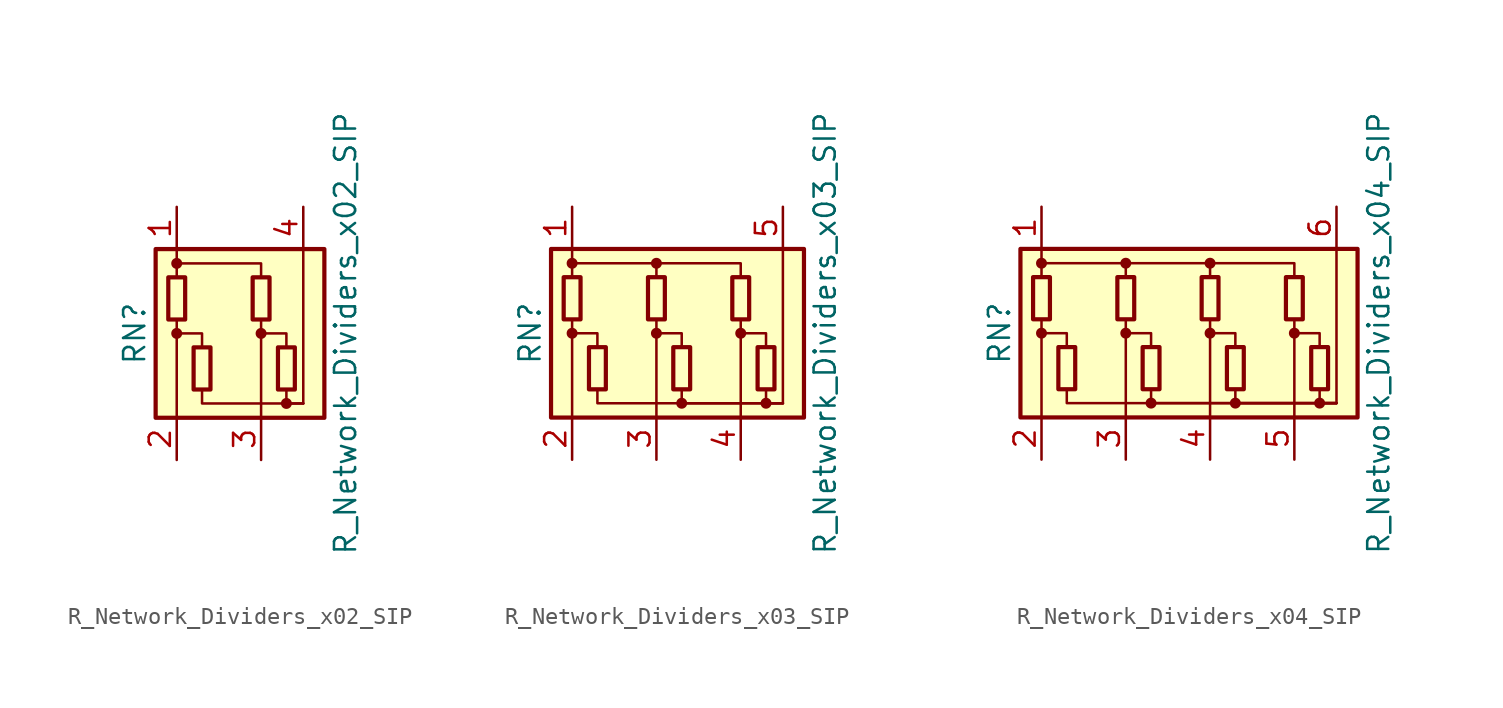
<source format=kicad_sym>
(kicad_symbol_lib
  (version 20241209)
  (generator "kicad_symbol_editor")
  (generator_version "9.0")
  (symbol "R_Network_Dividers_x02_SIP"
    (pin_names
      (offset 0)
      (hide yes))
    (property "Reference" "RN"
      (at -7.62 0 90)
      (effects (font (size 1.27 1.27))))
    (property "Value" "R_Network_Dividers_x02_SIP"
      (at 5.08 0 90)
      (effects (font (size 1.27 1.27))))
    (symbol "R_Network_Dividers_x02_SIP_0_1"
      (rectangle (start -6.35 -5.08) (end 3.81 5.08) (stroke (width 0.254) (type default)) (fill (type background)))
      (rectangle (start -5.588 3.378) (end -4.572 0.838) (stroke (width 0.254) (type default)) (fill (type none)))
      (polyline (pts (xy -5.08 5.08) (xy -5.08 3.378)) (stroke (width 0) (type default)) (fill (type none)))
      (circle (center -5.08 4.216) (radius 0.254) (stroke (width 0) (type default)) (fill (type outline)))
      (polyline (pts (xy -5.08 4.216) (xy 0 4.216) (xy 0 3.378)) (stroke (width 0) (type default)) (fill (type none)))
      (circle (center -5.08 0) (radius 0.254) (stroke (width 0) (type default)) (fill (type outline)))
      (polyline (pts (xy -5.08 0) (xy -3.556 0) (xy -3.556 -0.838)) (stroke (width 0) (type default)) (fill (type none)))
      (polyline (pts (xy -5.08 -5.08) (xy -5.08 0.838)) (stroke (width 0) (type default)) (fill (type none)))
      (rectangle (start -4.064 -3.378) (end -3.048 -0.838) (stroke (width 0.254) (type default)) (fill (type none)))
      (polyline (pts (xy -3.556 -3.378) (xy -3.556 -4.216) (xy 2.54 -4.216)) (stroke (width 0) (type default)) (fill (type none)))
      (rectangle (start -0.508 3.378) (end 0.508 0.838) (stroke (width 0.254) (type default)) (fill (type none)))
      (polyline (pts (xy 0 0) (xy 1.524 0) (xy 1.524 -0.838)) (stroke (width 0) (type default)) (fill (type none)))
      (circle (center 0 0) (radius 0.254) (stroke (width 0) (type default)) (fill (type outline)))
      (polyline (pts (xy 0 -5.08) (xy 0 0.838)) (stroke (width 0) (type default)) (fill (type none)))
      (rectangle (start 1.016 -3.378) (end 2.032 -0.838) (stroke (width 0.254) (type default)) (fill (type none)))
      (polyline (pts (xy 1.524 -3.378) (xy 1.524 -4.216) (xy 2.54 -4.216)) (stroke (width 0) (type default)) (fill (type none)))
      (circle (center 1.524 -4.216) (radius 0.254) (stroke (width 0) (type default)) (fill (type outline)))
      (polyline (pts (xy 2.54 -4.216) (xy 2.54 5.08)) (stroke (width 0) (type default)) (fill (type none))))
    (symbol "R_Network_Dividers_x02_SIP_1_1"
      (pin passive line (at -5.08 7.62 270) (length 2.54) (name "COM1" (effects (font (size 1.27 1.27)))) (number "1" (effects (font (size 1.27 1.27)))))
      (pin passive line (at -5.08 -7.62 90) (length 2.54) (name "R1" (effects (font (size 1.27 1.27)))) (number "2" (effects (font (size 1.27 1.27)))))
      (pin passive line (at 0 -7.62 90) (length 2.54) (name "R2" (effects (font (size 1.27 1.27)))) (number "3" (effects (font (size 1.27 1.27)))))
      (pin passive line (at 2.54 7.62 270) (length 2.54) (name "COM2" (effects (font (size 1.27 1.27)))) (number "4" (effects (font (size 1.27 1.27)))))))
  (symbol "R_Network_Dividers_x03_SIP"
    (pin_names
      (offset 0)
      (hide yes))
    (property "Reference" "RN"
      (at -7.62 0 90)
      (effects (font (size 1.27 1.27))))
    (property "Value" "R_Network_Dividers_x03_SIP"
      (at 10.16 0 90)
      (effects (font (size 1.27 1.27))))
    (symbol "R_Network_Dividers_x03_SIP_0_1"
      (rectangle (start -6.35 -5.08) (end 8.89 5.08) (stroke (width 0.254) (type default)) (fill (type background)))
      (rectangle (start -5.588 3.378) (end -4.572 0.838) (stroke (width 0.254) (type default)) (fill (type none)))
      (polyline (pts (xy -5.08 5.08) (xy -5.08 3.378)) (stroke (width 0) (type default)) (fill (type none)))
      (circle (center -5.08 4.216) (radius 0.254) (stroke (width 0) (type default)) (fill (type outline)))
      (polyline (pts (xy -5.08 4.216) (xy 0 4.216) (xy 0 3.378)) (stroke (width 0) (type default)) (fill (type none)))
      (circle (center -5.08 0) (radius 0.254) (stroke (width 0) (type default)) (fill (type outline)))
      (polyline (pts (xy -5.08 0) (xy -3.556 0) (xy -3.556 -0.838)) (stroke (width 0) (type default)) (fill (type none)))
      (polyline (pts (xy -5.08 -5.08) (xy -5.08 0.838)) (stroke (width 0) (type default)) (fill (type none)))
      (rectangle (start -4.064 -3.378) (end -3.048 -0.838) (stroke (width 0.254) (type default)) (fill (type none)))
      (polyline (pts (xy -3.556 -3.378) (xy -3.556 -4.216) (xy 7.62 -4.216)) (stroke (width 0) (type default)) (fill (type none)))
      (rectangle (start -0.508 3.378) (end 0.508 0.838) (stroke (width 0.254) (type default)) (fill (type none)))
      (circle (center 0 4.216) (radius 0.254) (stroke (width 0) (type default)) (fill (type outline)))
      (polyline (pts (xy 0 4.216) (xy 5.08 4.216) (xy 5.08 3.378)) (stroke (width 0) (type default)) (fill (type none)))
      (polyline (pts (xy 0 0) (xy 1.524 0) (xy 1.524 -0.838)) (stroke (width 0) (type default)) (fill (type none)))
      (circle (center 0 0) (radius 0.254) (stroke (width 0) (type default)) (fill (type outline)))
      (polyline (pts (xy 0 -5.08) (xy 0 0.838)) (stroke (width 0) (type default)) (fill (type none)))
      (rectangle (start 1.016 -3.378) (end 2.032 -0.838) (stroke (width 0.254) (type default)) (fill (type none)))
      (polyline (pts (xy 1.524 -3.378) (xy 1.524 -4.216) (xy 7.62 -4.216)) (stroke (width 0) (type default)) (fill (type none)))
      (circle (center 1.524 -4.216) (radius 0.254) (stroke (width 0) (type default)) (fill (type outline)))
      (rectangle (start 4.572 3.378) (end 5.588 0.838) (stroke (width 0.254) (type default)) (fill (type none)))
      (polyline (pts (xy 5.08 0) (xy 6.604 0) (xy 6.604 -0.838)) (stroke (width 0) (type default)) (fill (type none)))
      (circle (center 5.08 0) (radius 0.254) (stroke (width 0) (type default)) (fill (type outline)))
      (polyline (pts (xy 5.08 -5.08) (xy 5.08 0.838)) (stroke (width 0) (type default)) (fill (type none)))
      (rectangle (start 6.096 -3.378) (end 7.112 -0.838) (stroke (width 0.254) (type default)) (fill (type none)))
      (polyline (pts (xy 6.604 -3.378) (xy 6.604 -4.216) (xy 7.62 -4.216)) (stroke (width 0) (type default)) (fill (type none)))
      (circle (center 6.604 -4.216) (radius 0.254) (stroke (width 0) (type default)) (fill (type outline)))
      (polyline (pts (xy 7.62 -4.216) (xy 7.62 5.08)) (stroke (width 0) (type default)) (fill (type none))))
    (symbol "R_Network_Dividers_x03_SIP_1_1"
      (pin passive line (at -5.08 7.62 270) (length 2.54) (name "COM1" (effects (font (size 1.27 1.27)))) (number "1" (effects (font (size 1.27 1.27)))))
      (pin passive line (at -5.08 -7.62 90) (length 2.54) (name "R1" (effects (font (size 1.27 1.27)))) (number "2" (effects (font (size 1.27 1.27)))))
      (pin passive line (at 0 -7.62 90) (length 2.54) (name "R2" (effects (font (size 1.27 1.27)))) (number "3" (effects (font (size 1.27 1.27)))))
      (pin passive line (at 5.08 -7.62 90) (length 2.54) (name "R3" (effects (font (size 1.27 1.27)))) (number "4" (effects (font (size 1.27 1.27)))))
      (pin passive line (at 7.62 7.62 270) (length 2.54) (name "COM2" (effects (font (size 1.27 1.27)))) (number "5" (effects (font (size 1.27 1.27)))))))
  (symbol "R_Network_Dividers_x04_SIP"
    (pin_names
      (offset 0)
      (hide yes))
    (property "Reference" "RN"
      (at -12.7 0 90)
      (effects (font (size 1.27 1.27))))
    (property "Value" "R_Network_Dividers_x04_SIP"
      (at 10.16 0 90)
      (effects (font (size 1.27 1.27))))
    (symbol "R_Network_Dividers_x04_SIP_0_1"
      (rectangle (start -11.43 -5.08) (end 8.89 5.08) (stroke (width 0.254) (type default)) (fill (type background)))
      (rectangle (start -10.668 3.378) (end -9.652 0.838) (stroke (width 0.254) (type default)) (fill (type none)))
      (polyline (pts (xy -10.16 5.08) (xy -10.16 3.378)) (stroke (width 0) (type default)) (fill (type none)))
      (circle (center -10.16 4.216) (radius 0.254) (stroke (width 0) (type default)) (fill (type outline)))
      (polyline (pts (xy -10.16 4.216) (xy -5.08 4.216) (xy -5.08 3.378)) (stroke (width 0) (type default)) (fill (type none)))
      (circle (center -10.16 0) (radius 0.254) (stroke (width 0) (type default)) (fill (type outline)))
      (polyline (pts (xy -10.16 0) (xy -8.636 0) (xy -8.636 -0.838)) (stroke (width 0) (type default)) (fill (type none)))
      (polyline (pts (xy -10.16 -5.08) (xy -10.16 0.838)) (stroke (width 0) (type default)) (fill (type none)))
      (rectangle (start -9.144 -3.378) (end -8.128 -0.838) (stroke (width 0.254) (type default)) (fill (type none)))
      (polyline (pts (xy -8.636 -3.378) (xy -8.636 -4.216) (xy 7.62 -4.216)) (stroke (width 0) (type default)) (fill (type none)))
      (rectangle (start -5.588 3.378) (end -4.572 0.838) (stroke (width 0.254) (type default)) (fill (type none)))
      (circle (center -5.08 4.216) (radius 0.254) (stroke (width 0) (type default)) (fill (type outline)))
      (polyline (pts (xy -5.08 4.216) (xy 0 4.216) (xy 0 3.378)) (stroke (width 0) (type default)) (fill (type none)))
      (circle (center -5.08 0) (radius 0.254) (stroke (width 0) (type default)) (fill (type outline)))
      (polyline (pts (xy -5.08 0) (xy -3.556 0) (xy -3.556 -0.838)) (stroke (width 0) (type default)) (fill (type none)))
      (polyline (pts (xy -5.08 -5.08) (xy -5.08 0.838)) (stroke (width 0) (type default)) (fill (type none)))
      (rectangle (start -4.064 -3.378) (end -3.048 -0.838) (stroke (width 0.254) (type default)) (fill (type none)))
      (polyline (pts (xy -3.556 -3.378) (xy -3.556 -4.216) (xy 7.62 -4.216)) (stroke (width 0) (type default)) (fill (type none)))
      (circle (center -3.556 -4.216) (radius 0.254) (stroke (width 0) (type default)) (fill (type outline)))
      (rectangle (start -0.508 3.378) (end 0.508 0.838) (stroke (width 0.254) (type default)) (fill (type none)))
      (circle (center 0 4.216) (radius 0.254) (stroke (width 0) (type default)) (fill (type outline)))
      (polyline (pts (xy 0 4.216) (xy 5.08 4.216) (xy 5.08 3.378)) (stroke (width 0) (type default)) (fill (type none)))
      (polyline (pts (xy 0 0) (xy 1.524 0) (xy 1.524 -0.838)) (stroke (width 0) (type default)) (fill (type none)))
      (circle (center 0 0) (radius 0.254) (stroke (width 0) (type default)) (fill (type outline)))
      (polyline (pts (xy 0 -5.08) (xy 0 0.838)) (stroke (width 0) (type default)) (fill (type none)))
      (rectangle (start 1.016 -3.378) (end 2.032 -0.838) (stroke (width 0.254) (type default)) (fill (type none)))
      (polyline (pts (xy 1.524 -3.378) (xy 1.524 -4.216) (xy 7.62 -4.216)) (stroke (width 0) (type default)) (fill (type none)))
      (circle (center 1.524 -4.216) (radius 0.254) (stroke (width 0) (type default)) (fill (type outline)))
      (rectangle (start 4.572 3.378) (end 5.588 0.838) (stroke (width 0.254) (type default)) (fill (type none)))
      (polyline (pts (xy 5.08 0) (xy 6.604 0) (xy 6.604 -0.838)) (stroke (width 0) (type default)) (fill (type none)))
      (circle (center 5.08 0) (radius 0.254) (stroke (width 0) (type default)) (fill (type outline)))
      (polyline (pts (xy 5.08 -5.08) (xy 5.08 0.838)) (stroke (width 0) (type default)) (fill (type none)))
      (rectangle (start 6.096 -3.378) (end 7.112 -0.838) (stroke (width 0.254) (type default)) (fill (type none)))
      (polyline (pts (xy 6.604 -3.378) (xy 6.604 -4.216) (xy 7.62 -4.216)) (stroke (width 0) (type default)) (fill (type none)))
      (circle (center 6.604 -4.216) (radius 0.254) (stroke (width 0) (type default)) (fill (type outline)))
      (polyline (pts (xy 7.62 -4.216) (xy 7.62 5.08)) (stroke (width 0) (type default)) (fill (type none))))
    (symbol "R_Network_Dividers_x04_SIP_1_1"
      (pin passive line (at -10.16 7.62 270) (length 2.54) (name "COM1" (effects (font (size 1.27 1.27)))) (number "1" (effects (font (size 1.27 1.27)))))
      (pin passive line (at -10.16 -7.62 90) (length 2.54) (name "R1" (effects (font (size 1.27 1.27)))) (number "2" (effects (font (size 1.27 1.27)))))
      (pin passive line (at -5.08 -7.62 90) (length 2.54) (name "R2" (effects (font (size 1.27 1.27)))) (number "3" (effects (font (size 1.27 1.27)))))
      (pin passive line (at 0 -7.62 90) (length 2.54) (name "R3" (effects (font (size 1.27 1.27)))) (number "4" (effects (font (size 1.27 1.27)))))
      (pin passive line (at 5.08 -7.62 90) (length 2.54) (name "R4" (effects (font (size 1.27 1.27)))) (number "5" (effects (font (size 1.27 1.27)))))
      (pin passive line (at 7.62 7.62 270) (length 2.54) (name "COM2" (effects (font (size 1.27 1.27)))) (number "6" (effects (font (size 1.27 1.27))))))))
</source>
